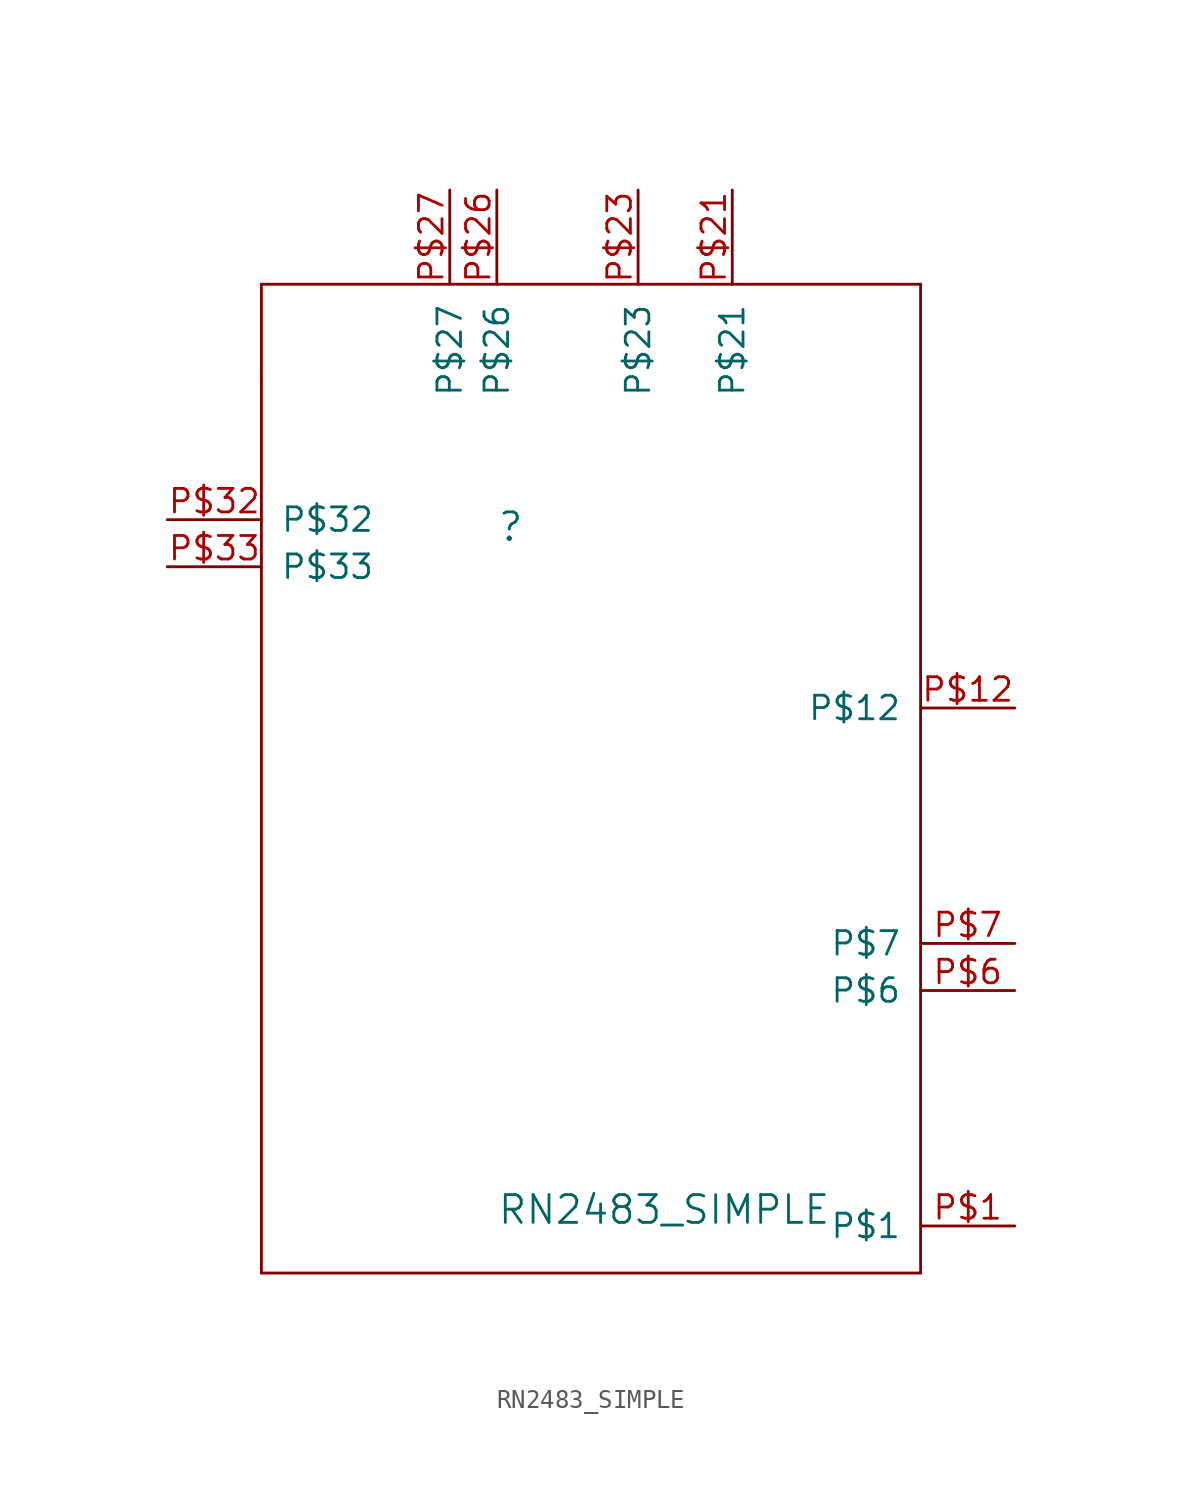
<source format=kicad_sym>
(kicad_symbol_lib
  (version 20211014)
  (generator kicad_symbol_editor)
  (symbol "RN2483_SIMPLE"
    (pin_names
      (offset 1.016))
    (property "Reference" ""
      (at -5.08 13.97 0)
      (effects (font (size 1.499 1.499)) (justify left bottom)))
    (property "Value" "RN2483_SIMPLE"
      (at -5.08 -22.86 0)
      (effects (font (size 1.499 1.499)) (justify left bottom)))
    (property "ki_locked" ""
      (at 0 0 0)
      (effects (font (size 1.27 1.27))))
    (symbol "RN2483_SIMPLE_1_0"
      (polyline (pts (xy -17.78 -25.4) (xy -17.78 22.86)) (stroke (width 0) (type default) (color 0 0 0 0)) (fill (type none)))
      (polyline (pts (xy -17.78 22.86) (xy -17.78 27.94)) (stroke (width 0) (type default) (color 0 0 0 0)) (fill (type none)))
      (polyline (pts (xy -17.78 27.94) (xy 17.78 27.94)) (stroke (width 0) (type default) (color 0 0 0 0)) (fill (type none)))
      (polyline (pts (xy 17.78 -25.4) (xy -17.78 -25.4)) (stroke (width 0) (type default) (color 0 0 0 0)) (fill (type none)))
      (polyline (pts (xy 17.78 27.94) (xy 17.78 -25.4)) (stroke (width 0) (type default) (color 0 0 0 0)) (fill (type none)))
      (pin bidirectional line (at 22.86 -22.86 180) (length 5.08) (name "P$1" (effects (font (size 1.27 1.27)))) (number "P$1" (effects (font (size 1.27 1.27)))))
      (pin bidirectional line (at 22.86 5.08 180) (length 5.08) (name "P$12" (effects (font (size 1.27 1.27)))) (number "P$12" (effects (font (size 1.27 1.27)))))
      (pin bidirectional line (at 7.62 33.02 270) (length 5.08) (name "P$21" (effects (font (size 1.27 1.27)))) (number "P$21" (effects (font (size 1.27 1.27)))))
      (pin bidirectional line (at 2.54 33.02 270) (length 5.08) (name "P$23" (effects (font (size 1.27 1.27)))) (number "P$23" (effects (font (size 1.27 1.27)))))
      (pin bidirectional line (at -5.08 33.02 270) (length 5.08) (name "P$26" (effects (font (size 1.27 1.27)))) (number "P$26" (effects (font (size 1.27 1.27)))))
      (pin bidirectional line (at -7.62 33.02 270) (length 5.08) (name "P$27" (effects (font (size 1.27 1.27)))) (number "P$27" (effects (font (size 1.27 1.27)))))
      (pin bidirectional line (at -22.86 15.24 0) (length 5.08) (name "P$32" (effects (font (size 1.27 1.27)))) (number "P$32" (effects (font (size 1.27 1.27)))))
      (pin bidirectional line (at -22.86 12.7 0) (length 5.08) (name "P$33" (effects (font (size 1.27 1.27)))) (number "P$33" (effects (font (size 1.27 1.27)))))
      (pin bidirectional line (at 22.86 -10.16 180) (length 5.08) (name "P$6" (effects (font (size 1.27 1.27)))) (number "P$6" (effects (font (size 1.27 1.27)))))
      (pin bidirectional line (at 22.86 -7.62 180) (length 5.08) (name "P$7" (effects (font (size 1.27 1.27)))) (number "P$7" (effects (font (size 1.27 1.27))))))))
</source>
